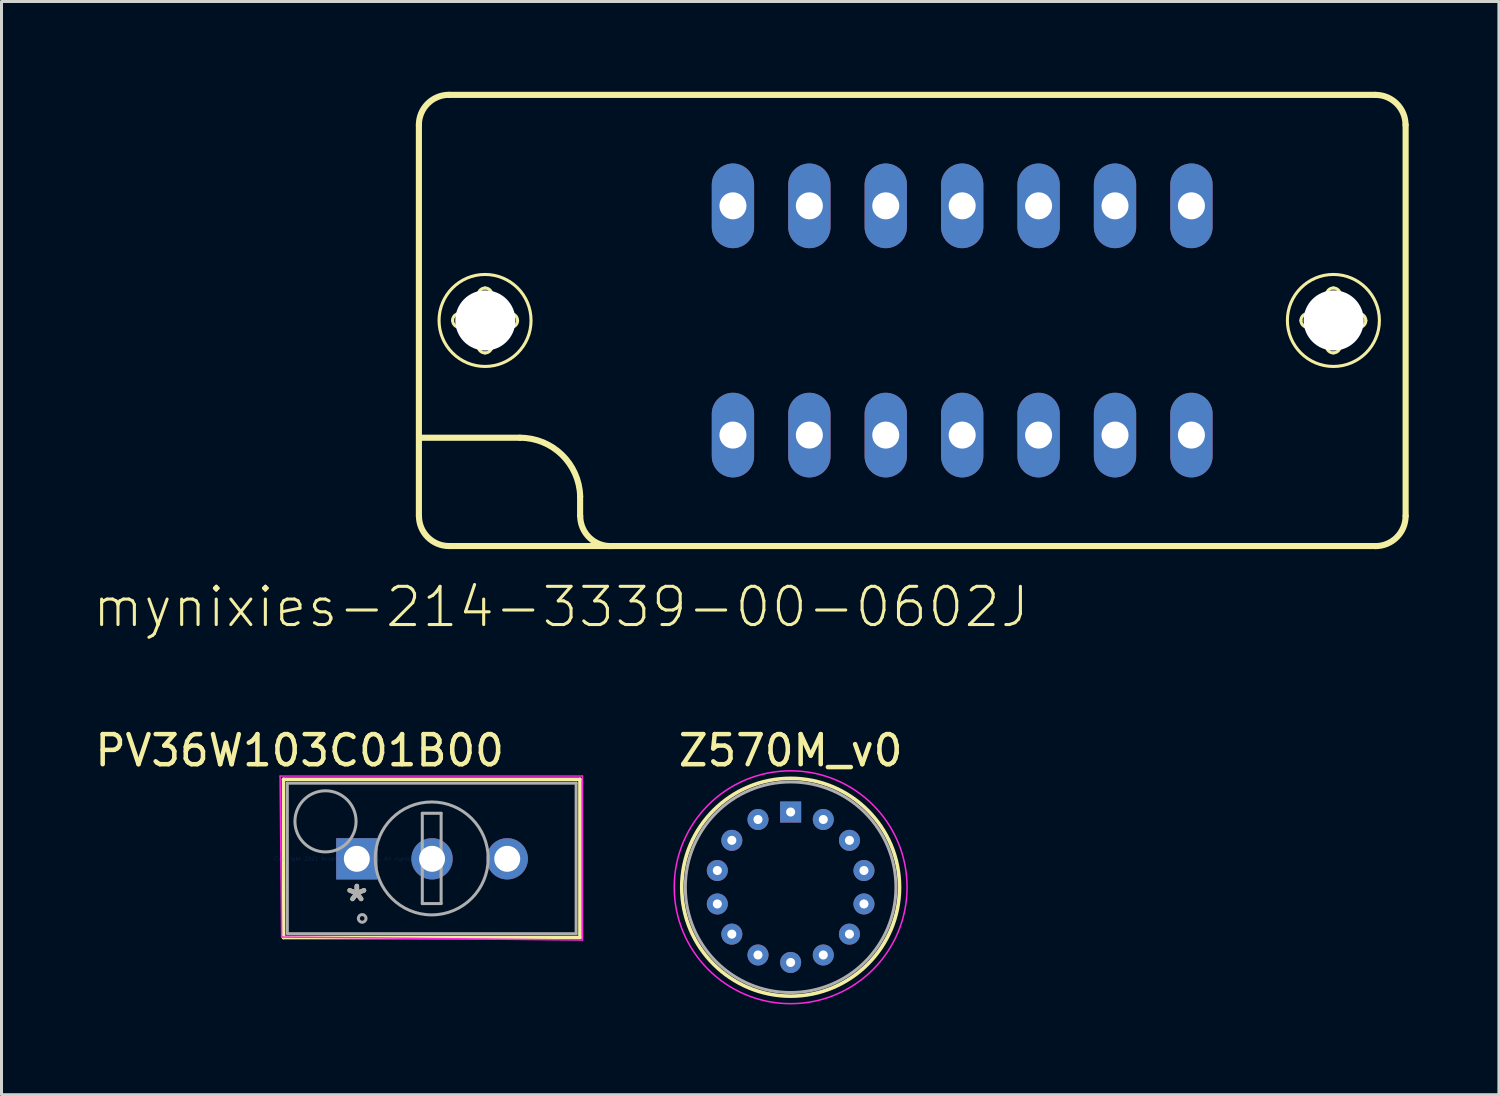
<source format=kicad_pcb>
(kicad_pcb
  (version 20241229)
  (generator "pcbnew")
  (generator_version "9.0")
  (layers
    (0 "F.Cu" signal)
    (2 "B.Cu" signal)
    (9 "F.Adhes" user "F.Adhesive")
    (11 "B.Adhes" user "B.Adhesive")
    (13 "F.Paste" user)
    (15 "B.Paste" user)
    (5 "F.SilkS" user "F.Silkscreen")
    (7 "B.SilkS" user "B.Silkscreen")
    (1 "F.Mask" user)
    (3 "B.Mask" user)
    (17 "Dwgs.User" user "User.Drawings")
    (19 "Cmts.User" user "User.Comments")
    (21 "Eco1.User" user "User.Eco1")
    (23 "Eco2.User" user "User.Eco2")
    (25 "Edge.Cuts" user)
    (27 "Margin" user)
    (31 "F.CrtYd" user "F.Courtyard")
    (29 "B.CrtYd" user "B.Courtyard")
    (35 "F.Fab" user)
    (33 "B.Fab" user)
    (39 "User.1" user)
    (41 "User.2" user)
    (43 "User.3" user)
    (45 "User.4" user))
  (footprint "Z570M_v0"
    (layer "F.Cu")
    (at 23.231 26.442)
    (property "Reference" "Z570M_v0" (at 0 -4.545 0) (layer "F.SilkS") (effects (font (size 1 1) (thickness 0.15))))
    (fp_circle (center 0 0) (end 0 3.62) (stroke (width 0.12) (type solid)) (fill no) (layer "F.SilkS"))
    (fp_circle (center 0 0) (end 0 3.87) (stroke (width 0.05) (type solid)) (fill no) (layer "F.CrtYd"))
    (fp_circle (center 0 0) (end 0 3.5) (stroke (width 0.1) (type solid)) (fill no) (layer "F.Fab"))
    (pad "1" thru_hole rect (at 0 -2.5) (size 0.7 0.7) (drill 0.3) (layers "*.Cu" "*.Mask"))
    (pad "2" thru_hole oval (at 1.085 -2.252) (size 0.7 0.7) (drill 0.3) (layers "*.Cu" "*.Mask"))
    (pad "3" thru_hole oval (at 1.955 -1.559) (size 0.7 0.7) (drill 0.3) (layers "*.Cu" "*.Mask"))
    (pad "4" thru_hole oval (at 2.437 -0.556) (size 0.7 0.7) (drill 0.3) (layers "*.Cu" "*.Mask"))
    (pad "5" thru_hole oval (at 2.437 0.556) (size 0.7 0.7) (drill 0.3) (layers "*.Cu" "*.Mask"))
    (pad "6" thru_hole oval (at 1.955 1.559) (size 0.7 0.7) (drill 0.3) (layers "*.Cu" "*.Mask"))
    (pad "7" thru_hole oval (at 1.085 2.252) (size 0.7 0.7) (drill 0.3) (layers "*.Cu" "*.Mask"))
    (pad "8" thru_hole oval (at 0 2.5) (size 0.7 0.7) (drill 0.3) (layers "*.Cu" "*.Mask"))
    (pad "9" thru_hole oval (at -1.085 2.252) (size 0.7 0.7) (drill 0.3) (layers "*.Cu" "*.Mask"))
    (pad "10" thru_hole oval (at -1.955 1.559) (size 0.7 0.7) (drill 0.3) (layers "*.Cu" "*.Mask"))
    (pad "11" thru_hole oval (at -2.437 0.556) (size 0.7 0.7) (drill 0.3) (layers "*.Cu" "*.Mask"))
    (pad "12" thru_hole oval (at -2.437 -0.556) (size 0.7 0.7) (drill 0.3) (layers "*.Cu" "*.Mask"))
    (pad "13" thru_hole oval (at -1.955 -1.559) (size 0.7 0.7) (drill 0.3) (layers "*.Cu" "*.Mask"))
    (pad "14" thru_hole oval (at -1.085 -2.252) (size 0.7 0.7) (drill 0.3) (layers "*.Cu" "*.Mask")))
  (footprint "PV36W103C01B00"
    (layer "F.Cu")
    (at 8.811 25.497)
    (property "Reference" "PV36W103C01B00" (at -1.9 -3.6 0) (layer "F.SilkS") (effects (font (size 1 1) (thickness 0.15))))
    (attr through_hole)
    (fp_line (start -2.438 -2.642) (end -2.438 2.616) (stroke (width 0.12) (type solid)) (layer "F.SilkS"))
    (fp_line (start -2.438 2.616) (end 7.417 2.616) (stroke (width 0.12) (type solid)) (layer "F.SilkS"))
    (fp_line (start 7.417 -2.642) (end -2.438 -2.642) (stroke (width 0.12) (type solid)) (layer "F.SilkS"))
    (fp_line (start 7.417 2.616) (end 7.417 -2.642) (stroke (width 0.12) (type solid)) (layer "F.SilkS"))
    (fp_line (start -2.55 -2.75) (end 7.5 -2.75) (stroke (width 0.05) (type solid)) (layer "F.CrtYd"))
    (fp_line (start -2.5 2.6) (end -2.55 -2.75) (stroke (width 0.05) (type solid)) (layer "F.CrtYd"))
    (fp_line (start 7.5 -2.75) (end 7.5 2.7) (stroke (width 0.05) (type solid)) (layer "F.CrtYd"))
    (fp_line (start 7.5 2.7) (end -2.5 2.6) (stroke (width 0.05) (type solid)) (layer "F.CrtYd"))
    (fp_line (start -2.311 -2.515) (end -2.311 2.489) (stroke (width 0.1) (type solid)) (layer "F.Fab"))
    (fp_line (start -2.311 2.489) (end 7.29 2.489) (stroke (width 0.1) (type solid)) (layer "F.Fab"))
    (fp_line (start 2.176 -1.514) (end 2.176 1.488) (stroke (width 0.1) (type solid)) (layer "F.Fab"))
    (fp_line (start 2.176 -1.514) (end 2.802 -1.514) (stroke (width 0.1) (type solid)) (layer "F.Fab"))
    (fp_line (start 2.176 1.488) (end 2.802 1.488) (stroke (width 0.1) (type solid)) (layer "F.Fab"))
    (fp_line (start 2.802 -1.514) (end 2.802 1.488) (stroke (width 0.1) (type solid)) (layer "F.Fab"))
    (fp_line (start 7.29 -2.515) (end -2.311 -2.515) (stroke (width 0.1) (type solid)) (layer "F.Fab"))
    (fp_line (start 7.29 2.489) (end 7.29 -2.515) (stroke (width 0.1) (type solid)) (layer "F.Fab"))
    (fp_circle (center -1.041 -1.245) (end -0.025 -1.245) (stroke (width 0.1) (type solid)) (fill no) (layer "F.Fab"))
    (fp_circle (center 0.178 1.981) (end 0.305 1.981) (stroke (width 0.1) (type solid)) (fill no) (layer "F.Fab"))
    (fp_circle (center 2.489 -0.013) (end 4.366 -0.013) (stroke (width 0.1) (type solid)) (fill no) (layer "F.Fab"))
    (fp_text user "*" (at 0 1.45 0) (layer "F.SilkS") (effects (font (size 1 1) (thickness 0.15))))
    (fp_text user "Copyright 2021 Accelerated Designs. All rights reserved." (at 0 0 0) (layer "Cmts.User") (effects (font (size 0.127 0.127) (thickness 0.002))))
    (fp_text user "*" (at 0 1.45 0) (layer "F.Fab") (effects (font (size 1 1) (thickness 0.15))))
    (pad "1" thru_hole rect (at 0 0) (size 1.372 1.372) (drill 0.864) (layers "*.Cu" "*.Mask"))
    (pad "2" thru_hole circle (at 2.5 0) (size 1.372 1.372) (drill 0.864) (layers "*.Cu" "*.Mask"))
    (pad "3" thru_hole circle (at 5 0) (size 1.372 1.372) (drill 0.864) (layers "*.Cu" "*.Mask")))
  (footprint "mynixies-214-3339-00-0602J"
    (layer "F.Cu")
    (at 28.933 7.602)
    (property "Reference" "mynixies-214-3339-00-0602J" (at -13.335 9.525 0) (layer "F.SilkS") (effects (font (size 1.27 1.27) (thickness 0.102))))
    (attr exclude_from_pos_files exclude_from_bom)
    (fp_line (start -18.059 6.5) (end -18.059 -6.5) (stroke (width 0.203) (type solid)) (layer "F.SilkS"))
    (fp_line (start -17.948 3.899) (end -14.699 3.899) (stroke (width 0.203) (type solid)) (layer "F.SilkS"))
    (fp_line (start -17.059 -7.498) (end 13.739 -7.498) (stroke (width 0.203) (type solid)) (layer "F.SilkS"))
    (fp_line (start -16.708 -0.229) (end -16.159 -0.229) (stroke (width 0.102) (type solid)) (layer "F.SilkS"))
    (fp_line (start -16.17 0.229) (end -16.708 0.229) (stroke (width 0.102) (type solid)) (layer "F.SilkS"))
    (fp_line (start -16.088 -0.31) (end -16.088 -0.848) (stroke (width 0.102) (type solid)) (layer "F.SilkS"))
    (fp_line (start -16.088 0.848) (end -16.088 0.3) (stroke (width 0.102) (type solid)) (layer "F.SilkS"))
    (fp_line (start -15.629 -0.848) (end -15.629 -0.3) (stroke (width 0.102) (type solid)) (layer "F.SilkS"))
    (fp_line (start -15.629 0.31) (end -15.629 0.848) (stroke (width 0.102) (type solid)) (layer "F.SilkS"))
    (fp_line (start -15.55 -0.229) (end -15.009 -0.229) (stroke (width 0.102) (type solid)) (layer "F.SilkS"))
    (fp_line (start -15.009 0.229) (end -15.557 0.229) (stroke (width 0.102) (type solid)) (layer "F.SilkS"))
    (fp_line (start -12.7 5.85) (end -12.7 6.5) (stroke (width 0.203) (type solid)) (layer "F.SilkS"))
    (fp_line (start 11.488 -0.229) (end 12.04 -0.229) (stroke (width 0.102) (type solid)) (layer "F.SilkS"))
    (fp_line (start 12.029 0.229) (end 11.488 0.229) (stroke (width 0.102) (type solid)) (layer "F.SilkS"))
    (fp_line (start 12.108 -0.31) (end 12.108 -0.848) (stroke (width 0.102) (type solid)) (layer "F.SilkS"))
    (fp_line (start 12.108 0.848) (end 12.108 0.3) (stroke (width 0.102) (type solid)) (layer "F.SilkS"))
    (fp_line (start 12.568 -0.848) (end 12.568 -0.3) (stroke (width 0.102) (type solid)) (layer "F.SilkS"))
    (fp_line (start 12.568 0.31) (end 12.568 0.848) (stroke (width 0.102) (type solid)) (layer "F.SilkS"))
    (fp_line (start 12.649 -0.229) (end 13.188 -0.229) (stroke (width 0.102) (type solid)) (layer "F.SilkS"))
    (fp_line (start 13.188 0.229) (end 12.639 0.229) (stroke (width 0.102) (type solid)) (layer "F.SilkS"))
    (fp_line (start 13.739 7.498) (end -17.059 7.498) (stroke (width 0.203) (type solid)) (layer "F.SilkS"))
    (fp_line (start 14.74 -6.5) (end 14.74 6.5) (stroke (width 0.203) (type solid)) (layer "F.SilkS"))
    (fp_arc (start -18.0594 -6.49986) (mid -17.766284 -7.207504) (end -17.05864 -7.50062) (stroke (width 0.2032) (type solid)) (layer "F.SilkS"))
    (fp_arc (start -17.05864 7.49808) (mid -17.764488 7.205708) (end -18.05686 6.49986) (stroke (width 0.2032) (type solid)) (layer "F.SilkS"))
    (fp_arc (start -16.93926 0) (mid -16.871561 -0.163441) (end -16.70812 -0.23114) (stroke (width 0.1016) (type solid)) (layer "F.SilkS"))
    (fp_arc (start -16.70812 0.2286) (mid -16.869765 0.161645) (end -16.93672 0) (stroke (width 0.1016) (type solid)) (layer "F.SilkS"))
    (fp_arc (start -16.16964 0.2286) (mid -16.119351 0.249431) (end -16.09852 0.29972) (stroke (width 0.1016) (type solid)) (layer "F.SilkS"))
    (fp_arc (start -16.08836 -0.84836) (mid -16.021405 -1.010005) (end -15.85976 -1.07696) (stroke (width 0.1016) (type solid)) (layer "F.SilkS"))
    (fp_arc (start -16.08836 -0.29972) (mid -16.109191 -0.249431) (end -16.15948 -0.2286) (stroke (width 0.1016) (type solid)) (layer "F.SilkS"))
    (fp_arc (start -15.85976 -1.0795) (mid -15.696319 -1.011801) (end -15.62862 -0.84836) (stroke (width 0.1016) (type solid)) (layer "F.SilkS"))
    (fp_arc (start -15.85976 1.0795) (mid -16.023201 1.011801) (end -16.0909 0.84836) (stroke (width 0.1016) (type solid)) (layer "F.SilkS"))
    (fp_arc (start -15.62862 0.29972) (mid -15.607789 0.249431) (end -15.5575 0.2286) (stroke (width 0.1016) (type solid)) (layer "F.SilkS"))
    (fp_arc (start -15.62862 0.84836) (mid -15.696319 1.011801) (end -15.85976 1.0795) (stroke (width 0.1016) (type solid)) (layer "F.SilkS"))
    (fp_arc (start -15.5575 -0.2286) (mid -15.607789 -0.249431) (end -15.62862 -0.29972) (stroke (width 0.1016) (type solid)) (layer "F.SilkS"))
    (fp_arc (start -15.00886 -0.2286) (mid -14.847215 -0.161645) (end -14.78026 0) (stroke (width 0.1016) (type solid)) (layer "F.SilkS"))
    (fp_arc (start -14.77772 0) (mid -14.845419 0.163441) (end -15.00886 0.23114) (stroke (width 0.1016) (type solid)) (layer "F.SilkS"))
    (fp_arc (start -14.69898 3.8989) (mid -13.302339 4.466727) (end -12.698146 5.848026) (stroke (width 0.2032) (type solid)) (layer "F.SilkS"))
    (fp_arc (start -11.64844 7.49808) (mid -12.38567 7.223802) (end -12.696085 6.501044) (stroke (width 0.2032) (type solid)) (layer "F.SilkS"))
    (fp_arc (start 11.25982 0) (mid 11.326775 -0.161645) (end 11.48842 -0.2286) (stroke (width 0.1016) (type solid)) (layer "F.SilkS"))
    (fp_arc (start 11.48842 0.2286) (mid 11.326775 0.161645) (end 11.25982 0) (stroke (width 0.1016) (type solid)) (layer "F.SilkS"))
    (fp_arc (start 12.02944 0.2286) (mid 12.079729 0.249431) (end 12.10056 0.29972) (stroke (width 0.1016) (type solid)) (layer "F.SilkS"))
    (fp_arc (start 12.10818 -0.84836) (mid 12.175879 -1.011801) (end 12.33932 -1.0795) (stroke (width 0.1016) (type solid)) (layer "F.SilkS"))
    (fp_arc (start 12.10818 -0.29972) (mid 12.088093 -0.251227) (end 12.0396 -0.23114) (stroke (width 0.1016) (type solid)) (layer "F.SilkS"))
    (fp_arc (start 12.33932 -1.0795) (mid 12.502761 -1.011801) (end 12.57046 -0.84836) (stroke (width 0.1016) (type solid)) (layer "F.SilkS"))
    (fp_arc (start 12.33932 1.0795) (mid 12.175879 1.011801) (end 12.10818 0.84836) (stroke (width 0.1016) (type solid)) (layer "F.SilkS"))
    (fp_arc (start 12.56792 0.29972) (mid 12.588751 0.249431) (end 12.63904 0.2286) (stroke (width 0.1016) (type solid)) (layer "F.SilkS"))
    (fp_arc (start 12.56792 0.84836) (mid 12.500965 1.010005) (end 12.33932 1.07696) (stroke (width 0.1016) (type solid)) (layer "F.SilkS"))
    (fp_arc (start 12.63904 -0.2286) (mid 12.588751 -0.249431) (end 12.56792 -0.29972) (stroke (width 0.1016) (type solid)) (layer "F.SilkS"))
    (fp_arc (start 13.18768 -0.2286) (mid 13.349325 -0.161645) (end 13.41628 0) (stroke (width 0.1016) (type solid)) (layer "F.SilkS"))
    (fp_arc (start 13.41882 0) (mid 13.351121 0.163441) (end 13.18768 0.23114) (stroke (width 0.1016) (type solid)) (layer "F.SilkS"))
    (fp_arc (start 13.73886 -7.49808) (mid 14.444708 -7.205708) (end 14.73708 -6.49986) (stroke (width 0.2032) (type solid)) (layer "F.SilkS"))
    (fp_arc (start 14.73962 6.49986) (mid 14.446504 7.207504) (end 13.73886 7.50062) (stroke (width 0.2032) (type solid)) (layer "F.SilkS"))
    (fp_circle (center -15.86 0) (end -15.86 -1.529) (stroke (width 0.102) (type solid)) (fill no) (layer "F.SilkS"))
    (fp_circle (center 12.339 0) (end 12.339 -1.529) (stroke (width 0.102) (type solid)) (fill no) (layer "F.SilkS"))
    (pad "" np_thru_hole circle (at -15.85 0) (size 1.999 1.999) (drill 1.999) (layers "*.Cu" "*.Mask"))
    (pad "" np_thru_hole circle (at 12.349 0) (size 1.999 1.999) (drill 1.999) (layers "*.Cu" "*.Mask"))
    (pad "1" thru_hole oval (at -7.62 3.81 180) (size 1.407 2.814) (drill 0.899) (layers "*.Cu" "*.Mask"))
    (pad "2" thru_hole oval (at -5.08 3.81 180) (size 1.407 2.814) (drill 0.899) (layers "*.Cu" "*.Mask"))
    (pad "3" thru_hole oval (at -2.54 3.81 180) (size 1.407 2.814) (drill 0.899) (layers "*.Cu" "*.Mask"))
    (pad "4" thru_hole oval (at 0 3.81 180) (size 1.407 2.814) (drill 0.899) (layers "*.Cu" "*.Mask"))
    (pad "5" thru_hole oval (at 2.54 3.81 180) (size 1.407 2.814) (drill 0.899) (layers "*.Cu" "*.Mask"))
    (pad "6" thru_hole oval (at 5.08 3.81 180) (size 1.407 2.814) (drill 0.899) (layers "*.Cu" "*.Mask"))
    (pad "7" thru_hole oval (at 7.62 3.81 180) (size 1.407 2.814) (drill 0.899) (layers "*.Cu" "*.Mask"))
    (pad "8" thru_hole oval (at 7.62 -3.81 180) (size 1.407 2.814) (drill 0.899) (layers "*.Cu" "*.Mask"))
    (pad "9" thru_hole oval (at 5.08 -3.81 180) (size 1.407 2.814) (drill 0.899) (layers "*.Cu" "*.Mask"))
    (pad "10" thru_hole oval (at 2.54 -3.81 180) (size 1.407 2.814) (drill 0.899) (layers "*.Cu" "*.Mask"))
    (pad "11" thru_hole oval (at 0 -3.81 180) (size 1.407 2.814) (drill 0.899) (layers "*.Cu" "*.Mask"))
    (pad "12" thru_hole oval (at -2.54 -3.81 180) (size 1.407 2.814) (drill 0.899) (layers "*.Cu" "*.Mask"))
    (pad "13" thru_hole oval (at -5.08 -3.81 180) (size 1.407 2.814) (drill 0.899) (layers "*.Cu" "*.Mask"))
    (pad "14" thru_hole oval (at -7.62 -3.81 180) (size 1.407 2.814) (drill 0.899) (layers "*.Cu" "*.Mask")))
  (gr_rect
    (start -3 -3)
    (end 46.774 33.337)
    (stroke (width 0.1) (type default))
    (fill no)
    (layer "Edge.Cuts")))
</source>
